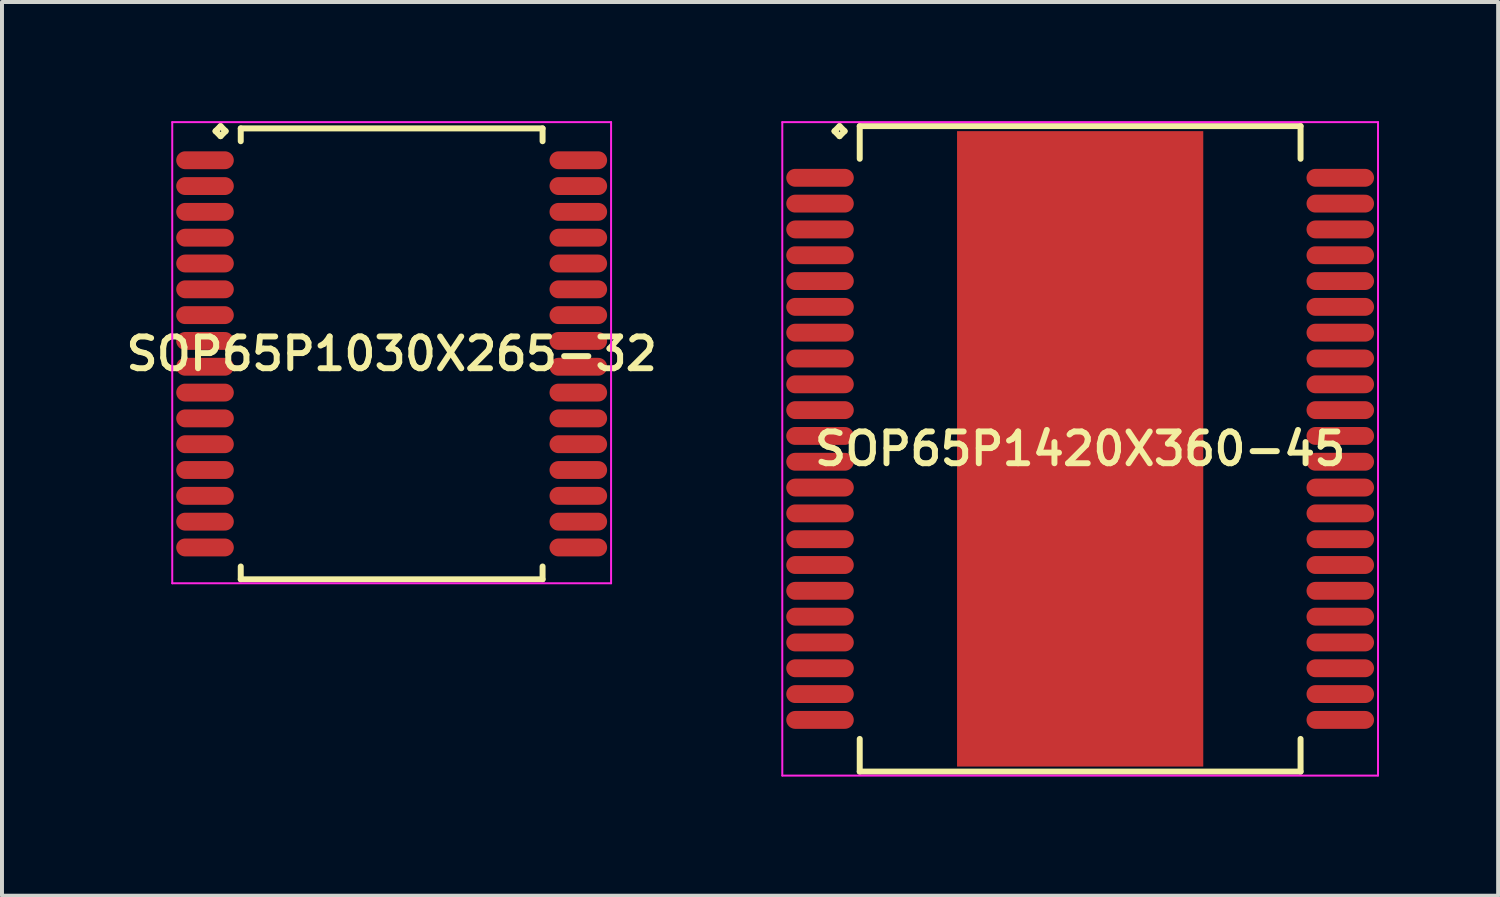
<source format=kicad_pcb>
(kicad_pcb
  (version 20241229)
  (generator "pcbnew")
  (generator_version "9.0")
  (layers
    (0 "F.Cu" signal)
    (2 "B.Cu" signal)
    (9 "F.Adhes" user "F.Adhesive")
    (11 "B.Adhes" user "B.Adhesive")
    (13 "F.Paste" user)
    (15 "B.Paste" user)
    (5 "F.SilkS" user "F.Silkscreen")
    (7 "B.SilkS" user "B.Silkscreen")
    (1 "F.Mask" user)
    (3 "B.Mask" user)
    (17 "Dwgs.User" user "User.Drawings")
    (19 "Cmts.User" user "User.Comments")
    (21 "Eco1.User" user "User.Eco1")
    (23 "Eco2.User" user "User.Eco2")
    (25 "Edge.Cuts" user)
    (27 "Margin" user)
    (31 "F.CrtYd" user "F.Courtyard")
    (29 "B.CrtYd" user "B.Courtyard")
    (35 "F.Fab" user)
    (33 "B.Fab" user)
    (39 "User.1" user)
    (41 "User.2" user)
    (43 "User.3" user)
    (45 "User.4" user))
  (footprint "SOP65P1420X360-45"
    (layer "F.Cu")
    (at 24.148 8.252)
    (property "Reference" "SOP65P1420X360-45" (at 0 0 0) (layer "F.SilkS") (effects (font (size 0.8 0.8) (thickness 0.15))))
    (attr smd)
    (fp_line (start -6.185 -8) (end -6.058 -8.127) (stroke (width 0.15) (type solid)) (layer "F.SilkS"))
    (fp_line (start -6.058 -8.127) (end -5.931 -8) (stroke (width 0.15) (type solid)) (layer "F.SilkS"))
    (fp_line (start -6.058 -7.873) (end -6.185 -8) (stroke (width 0.15) (type solid)) (layer "F.SilkS"))
    (fp_line (start -5.931 -8) (end -6.058 -7.873) (stroke (width 0.15) (type solid)) (layer "F.SilkS"))
    (fp_line (start -5.55 -8.127) (end 5.55 -8.127) (stroke (width 0.15) (type solid)) (layer "F.SilkS"))
    (fp_line (start -5.55 -7.304) (end -5.55 -8.127) (stroke (width 0.15) (type solid)) (layer "F.SilkS"))
    (fp_line (start -5.55 7.304) (end -5.55 8.127) (stroke (width 0.15) (type solid)) (layer "F.SilkS"))
    (fp_line (start -5.55 8.127) (end 5.55 8.127) (stroke (width 0.15) (type solid)) (layer "F.SilkS"))
    (fp_line (start 5.55 -8.127) (end 5.55 -7.304) (stroke (width 0.15) (type solid)) (layer "F.SilkS"))
    (fp_line (start 5.55 8.127) (end 5.55 7.304) (stroke (width 0.15) (type solid)) (layer "F.SilkS"))
    (fp_line (start -7.5 -8.227) (end 7.5 -8.227) (stroke (width 0.05) (type solid)) (layer "F.CrtYd"))
    (fp_line (start -7.5 8.227) (end -7.5 -8.227) (stroke (width 0.05) (type solid)) (layer "F.CrtYd"))
    (fp_line (start 7.5 -8.227) (end 7.5 8.227) (stroke (width 0.05) (type solid)) (layer "F.CrtYd"))
    (fp_line (start 7.5 8.227) (end -7.5 8.227) (stroke (width 0.05) (type solid)) (layer "F.CrtYd"))
    (pad "1" smd oval (at -6.55 -6.825) (size 1.7 0.45) (layers "F.Cu" "F.Mask" "F.Paste"))
    (pad "2" smd oval (at -6.55 -6.175) (size 1.7 0.45) (layers "F.Cu" "F.Mask" "F.Paste"))
    (pad "3" smd oval (at -6.55 -5.525) (size 1.7 0.45) (layers "F.Cu" "F.Mask" "F.Paste"))
    (pad "4" smd oval (at -6.55 -4.875) (size 1.7 0.45) (layers "F.Cu" "F.Mask" "F.Paste"))
    (pad "5" smd oval (at -6.55 -4.225) (size 1.7 0.45) (layers "F.Cu" "F.Mask" "F.Paste"))
    (pad "6" smd oval (at -6.55 -3.575) (size 1.7 0.45) (layers "F.Cu" "F.Mask" "F.Paste"))
    (pad "7" smd oval (at -6.55 -2.925) (size 1.7 0.45) (layers "F.Cu" "F.Mask" "F.Paste"))
    (pad "8" smd oval (at -6.55 -2.275) (size 1.7 0.45) (layers "F.Cu" "F.Mask" "F.Paste"))
    (pad "9" smd oval (at -6.55 -1.625) (size 1.7 0.45) (layers "F.Cu" "F.Mask" "F.Paste"))
    (pad "10" smd oval (at -6.55 -0.975) (size 1.7 0.45) (layers "F.Cu" "F.Mask" "F.Paste"))
    (pad "11" smd oval (at -6.55 -0.325) (size 1.7 0.45) (layers "F.Cu" "F.Mask" "F.Paste"))
    (pad "12" smd oval (at -6.55 0.325) (size 1.7 0.45) (layers "F.Cu" "F.Mask" "F.Paste"))
    (pad "13" smd oval (at -6.55 0.975) (size 1.7 0.45) (layers "F.Cu" "F.Mask" "F.Paste"))
    (pad "14" smd oval (at -6.55 1.625) (size 1.7 0.45) (layers "F.Cu" "F.Mask" "F.Paste"))
    (pad "15" smd oval (at -6.55 2.275) (size 1.7 0.45) (layers "F.Cu" "F.Mask" "F.Paste"))
    (pad "16" smd oval (at -6.55 2.925) (size 1.7 0.45) (layers "F.Cu" "F.Mask" "F.Paste"))
    (pad "17" smd oval (at -6.55 3.575) (size 1.7 0.45) (layers "F.Cu" "F.Mask" "F.Paste"))
    (pad "18" smd oval (at -6.55 4.225) (size 1.7 0.45) (layers "F.Cu" "F.Mask" "F.Paste"))
    (pad "19" smd oval (at -6.55 4.875) (size 1.7 0.45) (layers "F.Cu" "F.Mask" "F.Paste"))
    (pad "20" smd oval (at -6.55 5.525) (size 1.7 0.45) (layers "F.Cu" "F.Mask" "F.Paste"))
    (pad "21" smd oval (at -6.55 6.175) (size 1.7 0.45) (layers "F.Cu" "F.Mask" "F.Paste"))
    (pad "22" smd oval (at -6.55 6.825) (size 1.7 0.45) (layers "F.Cu" "F.Mask" "F.Paste"))
    (pad "23" smd oval (at 6.55 6.825) (size 1.7 0.45) (layers "F.Cu" "F.Mask" "F.Paste"))
    (pad "24" smd oval (at 6.55 6.175) (size 1.7 0.45) (layers "F.Cu" "F.Mask" "F.Paste"))
    (pad "25" smd oval (at 6.55 5.525) (size 1.7 0.45) (layers "F.Cu" "F.Mask" "F.Paste"))
    (pad "26" smd oval (at 6.55 4.875) (size 1.7 0.45) (layers "F.Cu" "F.Mask" "F.Paste"))
    (pad "27" smd oval (at 6.55 4.225) (size 1.7 0.45) (layers "F.Cu" "F.Mask" "F.Paste"))
    (pad "28" smd oval (at 6.55 3.575) (size 1.7 0.45) (layers "F.Cu" "F.Mask" "F.Paste"))
    (pad "29" smd oval (at 6.55 2.925) (size 1.7 0.45) (layers "F.Cu" "F.Mask" "F.Paste"))
    (pad "30" smd oval (at 6.55 2.275) (size 1.7 0.45) (layers "F.Cu" "F.Mask" "F.Paste"))
    (pad "31" smd oval (at 6.55 1.625) (size 1.7 0.45) (layers "F.Cu" "F.Mask" "F.Paste"))
    (pad "32" smd oval (at 6.55 0.975) (size 1.7 0.45) (layers "F.Cu" "F.Mask" "F.Paste"))
    (pad "33" smd oval (at 6.55 0.325) (size 1.7 0.45) (layers "F.Cu" "F.Mask" "F.Paste"))
    (pad "34" smd oval (at 6.55 -0.325) (size 1.7 0.45) (layers "F.Cu" "F.Mask" "F.Paste"))
    (pad "35" smd oval (at 6.55 -0.975) (size 1.7 0.45) (layers "F.Cu" "F.Mask" "F.Paste"))
    (pad "36" smd oval (at 6.55 -1.625) (size 1.7 0.45) (layers "F.Cu" "F.Mask" "F.Paste"))
    (pad "37" smd oval (at 6.55 -2.275) (size 1.7 0.45) (layers "F.Cu" "F.Mask" "F.Paste"))
    (pad "38" smd oval (at 6.55 -2.925) (size 1.7 0.45) (layers "F.Cu" "F.Mask" "F.Paste"))
    (pad "39" smd oval (at 6.55 -3.575) (size 1.7 0.45) (layers "F.Cu" "F.Mask" "F.Paste"))
    (pad "40" smd oval (at 6.55 -4.225) (size 1.7 0.45) (layers "F.Cu" "F.Mask" "F.Paste"))
    (pad "41" smd oval (at 6.55 -4.875) (size 1.7 0.45) (layers "F.Cu" "F.Mask" "F.Paste"))
    (pad "42" smd oval (at 6.55 -5.525) (size 1.7 0.45) (layers "F.Cu" "F.Mask" "F.Paste"))
    (pad "43" smd oval (at 6.55 -6.175) (size 1.7 0.45) (layers "F.Cu" "F.Mask" "F.Paste"))
    (pad "44" smd oval (at 6.55 -6.825) (size 1.7 0.45) (layers "F.Cu" "F.Mask" "F.Paste"))
    (pad "45" smd rect (at 0 0) (size 6.2 16) (layers "F.Cu" "F.Mask" "F.Paste")))
  (footprint "SOP65P1030X265-32"
    (layer "F.Cu")
    (at 6.812 5.86)
    (property "Reference" "SOP65P1030X265-32" (at 0 0 0) (layer "F.SilkS") (effects (font (size 0.8 0.8) (thickness 0.15))))
    (attr smd)
    (fp_line (start -4.435 -5.608) (end -4.308 -5.735) (stroke (width 0.15) (type solid)) (layer "F.SilkS"))
    (fp_line (start -4.308 -5.735) (end -4.181 -5.608) (stroke (width 0.15) (type solid)) (layer "F.SilkS"))
    (fp_line (start -4.308 -5.481) (end -4.435 -5.608) (stroke (width 0.15) (type solid)) (layer "F.SilkS"))
    (fp_line (start -4.181 -5.608) (end -4.308 -5.481) (stroke (width 0.15) (type solid)) (layer "F.SilkS"))
    (fp_line (start -3.8 -5.677) (end 3.8 -5.677) (stroke (width 0.15) (type solid)) (layer "F.SilkS"))
    (fp_line (start -3.8 -5.354) (end -3.8 -5.677) (stroke (width 0.15) (type solid)) (layer "F.SilkS"))
    (fp_line (start -3.8 5.354) (end -3.8 5.677) (stroke (width 0.15) (type solid)) (layer "F.SilkS"))
    (fp_line (start -3.8 5.677) (end 3.8 5.677) (stroke (width 0.15) (type solid)) (layer "F.SilkS"))
    (fp_line (start 3.8 -5.677) (end 3.8 -5.354) (stroke (width 0.15) (type solid)) (layer "F.SilkS"))
    (fp_line (start 3.8 5.677) (end 3.8 5.354) (stroke (width 0.15) (type solid)) (layer "F.SilkS"))
    (fp_line (start -5.525 -5.835) (end 5.525 -5.835) (stroke (width 0.05) (type solid)) (layer "F.CrtYd"))
    (fp_line (start -5.525 5.777) (end -5.525 -5.835) (stroke (width 0.05) (type solid)) (layer "F.CrtYd"))
    (fp_line (start 5.525 -5.835) (end 5.525 5.777) (stroke (width 0.05) (type solid)) (layer "F.CrtYd"))
    (fp_line (start 5.525 5.777) (end -5.525 5.777) (stroke (width 0.05) (type solid)) (layer "F.CrtYd"))
    (pad "1" smd oval (at -4.7 -4.875) (size 1.45 0.45) (layers "F.Cu" "F.Mask" "F.Paste"))
    (pad "2" smd oval (at -4.7 -4.225) (size 1.45 0.45) (layers "F.Cu" "F.Mask" "F.Paste"))
    (pad "3" smd oval (at -4.7 -3.575) (size 1.45 0.45) (layers "F.Cu" "F.Mask" "F.Paste"))
    (pad "4" smd oval (at -4.7 -2.925) (size 1.45 0.45) (layers "F.Cu" "F.Mask" "F.Paste"))
    (pad "5" smd oval (at -4.7 -2.275) (size 1.45 0.45) (layers "F.Cu" "F.Mask" "F.Paste"))
    (pad "6" smd oval (at -4.7 -1.625) (size 1.45 0.45) (layers "F.Cu" "F.Mask" "F.Paste"))
    (pad "7" smd oval (at -4.7 -0.975) (size 1.45 0.45) (layers "F.Cu" "F.Mask" "F.Paste"))
    (pad "8" smd oval (at -4.7 -0.325) (size 1.45 0.45) (layers "F.Cu" "F.Mask" "F.Paste"))
    (pad "9" smd oval (at -4.7 0.325) (size 1.45 0.45) (layers "F.Cu" "F.Mask" "F.Paste"))
    (pad "10" smd oval (at -4.7 0.975) (size 1.45 0.45) (layers "F.Cu" "F.Mask" "F.Paste"))
    (pad "11" smd oval (at -4.7 1.625) (size 1.45 0.45) (layers "F.Cu" "F.Mask" "F.Paste"))
    (pad "12" smd oval (at -4.7 2.275) (size 1.45 0.45) (layers "F.Cu" "F.Mask" "F.Paste"))
    (pad "13" smd oval (at -4.7 2.925) (size 1.45 0.45) (layers "F.Cu" "F.Mask" "F.Paste"))
    (pad "14" smd oval (at -4.7 3.575) (size 1.45 0.45) (layers "F.Cu" "F.Mask" "F.Paste"))
    (pad "15" smd oval (at -4.7 4.225) (size 1.45 0.45) (layers "F.Cu" "F.Mask" "F.Paste"))
    (pad "16" smd oval (at -4.7 4.875) (size 1.45 0.45) (layers "F.Cu" "F.Mask" "F.Paste"))
    (pad "17" smd oval (at 4.7 4.875) (size 1.45 0.45) (layers "F.Cu" "F.Mask" "F.Paste"))
    (pad "18" smd oval (at 4.7 4.225) (size 1.45 0.45) (layers "F.Cu" "F.Mask" "F.Paste"))
    (pad "19" smd oval (at 4.7 3.575) (size 1.45 0.45) (layers "F.Cu" "F.Mask" "F.Paste"))
    (pad "20" smd oval (at 4.7 2.925) (size 1.45 0.45) (layers "F.Cu" "F.Mask" "F.Paste"))
    (pad "21" smd oval (at 4.7 2.275) (size 1.45 0.45) (layers "F.Cu" "F.Mask" "F.Paste"))
    (pad "22" smd oval (at 4.7 1.625) (size 1.45 0.45) (layers "F.Cu" "F.Mask" "F.Paste"))
    (pad "23" smd oval (at 4.7 0.975) (size 1.45 0.45) (layers "F.Cu" "F.Mask" "F.Paste"))
    (pad "24" smd oval (at 4.7 0.325) (size 1.45 0.45) (layers "F.Cu" "F.Mask" "F.Paste"))
    (pad "25" smd oval (at 4.7 -0.325) (size 1.45 0.45) (layers "F.Cu" "F.Mask" "F.Paste"))
    (pad "26" smd oval (at 4.7 -0.975) (size 1.45 0.45) (layers "F.Cu" "F.Mask" "F.Paste"))
    (pad "27" smd oval (at 4.7 -1.625) (size 1.45 0.45) (layers "F.Cu" "F.Mask" "F.Paste"))
    (pad "28" smd oval (at 4.7 -2.275) (size 1.45 0.45) (layers "F.Cu" "F.Mask" "F.Paste"))
    (pad "29" smd oval (at 4.7 -2.925) (size 1.45 0.45) (layers "F.Cu" "F.Mask" "F.Paste"))
    (pad "30" smd oval (at 4.7 -3.575) (size 1.45 0.45) (layers "F.Cu" "F.Mask" "F.Paste"))
    (pad "31" smd oval (at 4.7 -4.225) (size 1.45 0.45) (layers "F.Cu" "F.Mask" "F.Paste"))
    (pad "32" smd oval (at 4.7 -4.875) (size 1.45 0.45) (layers "F.Cu" "F.Mask" "F.Paste")))
  (gr_rect
    (start -3 -3)
    (end 34.673 19.504)
    (stroke (width 0.1) (type default))
    (fill no)
    (layer "Edge.Cuts")))
</source>
